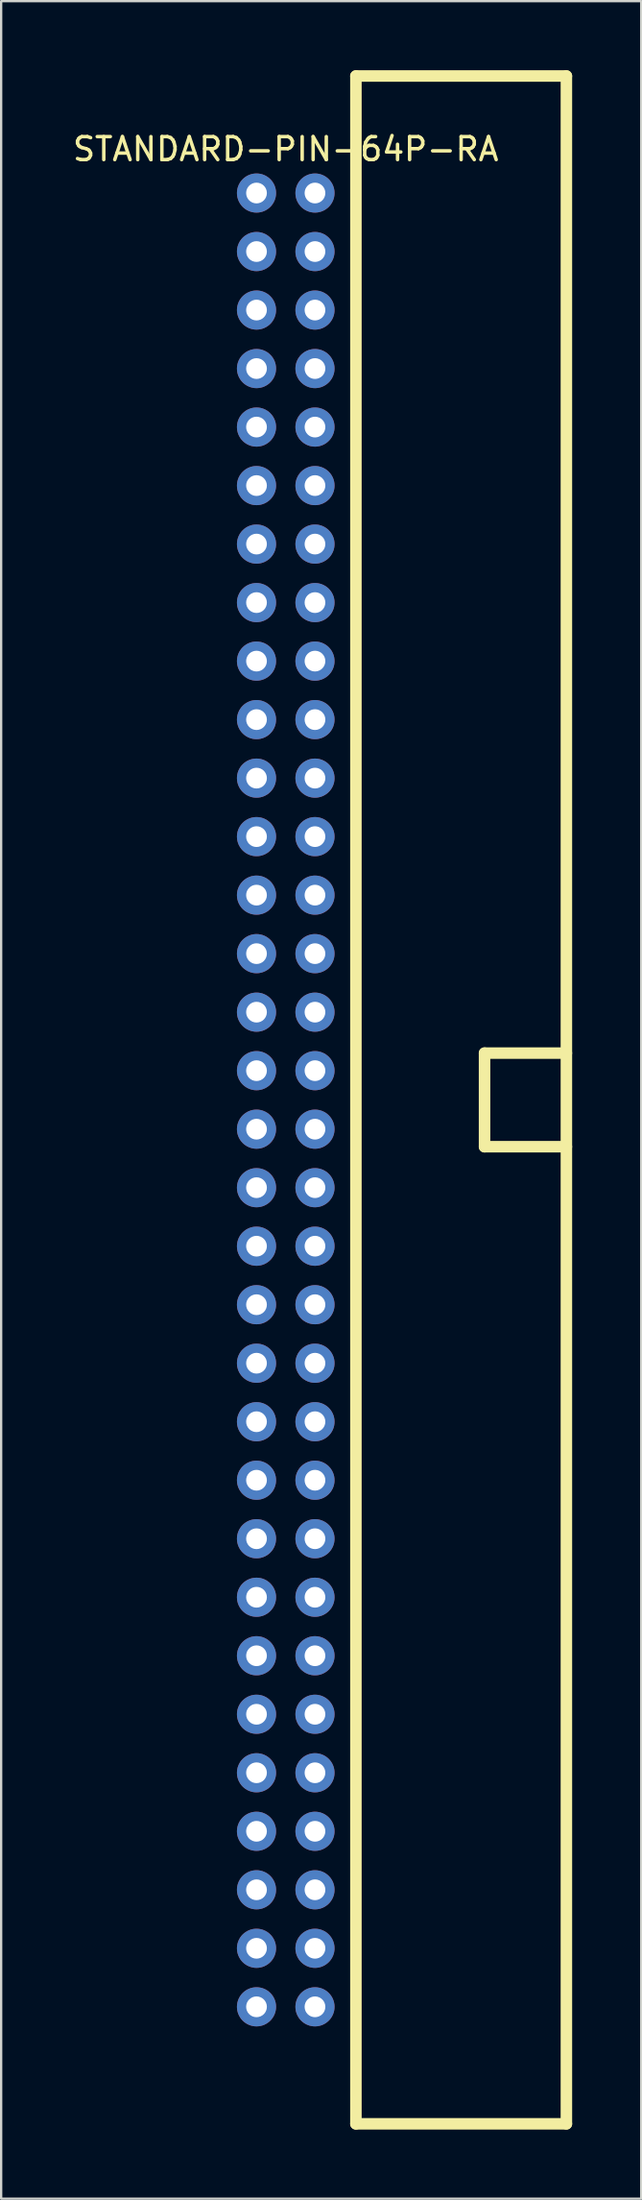
<source format=kicad_pcb>
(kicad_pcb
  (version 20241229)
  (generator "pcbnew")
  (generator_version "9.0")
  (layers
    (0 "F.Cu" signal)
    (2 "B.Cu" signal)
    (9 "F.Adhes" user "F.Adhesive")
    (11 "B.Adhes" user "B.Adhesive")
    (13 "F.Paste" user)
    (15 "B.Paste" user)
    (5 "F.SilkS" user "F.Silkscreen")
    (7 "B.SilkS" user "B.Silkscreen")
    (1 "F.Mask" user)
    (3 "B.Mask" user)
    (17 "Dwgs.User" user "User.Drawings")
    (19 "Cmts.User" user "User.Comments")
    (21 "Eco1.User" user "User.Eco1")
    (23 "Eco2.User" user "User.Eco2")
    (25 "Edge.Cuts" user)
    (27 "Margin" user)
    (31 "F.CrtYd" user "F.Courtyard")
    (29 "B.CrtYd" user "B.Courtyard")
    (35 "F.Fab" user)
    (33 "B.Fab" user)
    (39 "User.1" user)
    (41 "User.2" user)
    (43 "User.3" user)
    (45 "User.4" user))
  (footprint "STANDARD-PIN-64P-RA"
    (layer "F.Cu")
    (at 9.363 44.7)
    (property "Reference" "STANDARD-PIN-64P-RA" (at 0 -41.275 0) (layer "F.SilkS") (effects (font (size 1 1) (thickness 0.15))))
    (attr through_hole)
    (fp_line (start 3.048 -44.45) (end 3.048 44.45) (stroke (width 0.5) (type solid)) (layer "F.SilkS"))
    (fp_line (start 3.048 44.45) (end 12.192 44.45) (stroke (width 0.5) (type solid)) (layer "F.SilkS"))
    (fp_line (start 8.636 -2.032) (end 8.636 2.032) (stroke (width 0.5) (type solid)) (layer "F.SilkS"))
    (fp_line (start 8.636 2.032) (end 12.192 2.032) (stroke (width 0.5) (type solid)) (layer "F.SilkS"))
    (fp_line (start 12.192 -44.45) (end 3.048 -44.45) (stroke (width 0.5) (type solid)) (layer "F.SilkS"))
    (fp_line (start 12.192 -2.032) (end 8.636 -2.032) (stroke (width 0.5) (type solid)) (layer "F.SilkS"))
    (fp_line (start 12.192 44.45) (end 12.192 -44.45) (stroke (width 0.5) (type solid)) (layer "F.SilkS"))
    (pad "1a" thru_hole circle (at 1.27 -39.37) (size 1.7 1.7) (drill 0.9) (layers "*.Cu" "*.Mask"))
    (pad "1b" thru_hole circle (at -1.27 -39.37) (size 1.7 1.7) (drill 0.9) (layers "*.Cu" "*.Mask"))
    (pad "2a" thru_hole circle (at 1.27 -36.83) (size 1.7 1.7) (drill 0.9) (layers "*.Cu" "*.Mask"))
    (pad "2b" thru_hole circle (at -1.27 -36.83) (size 1.7 1.7) (drill 0.9) (layers "*.Cu" "*.Mask"))
    (pad "3a" thru_hole circle (at 1.27 -34.29) (size 1.7 1.7) (drill 0.9) (layers "*.Cu" "*.Mask"))
    (pad "3b" thru_hole circle (at -1.27 -34.29) (size 1.7 1.7) (drill 0.9) (layers "*.Cu" "*.Mask"))
    (pad "4a" thru_hole circle (at 1.27 -31.75) (size 1.7 1.7) (drill 0.9) (layers "*.Cu" "*.Mask"))
    (pad "4b" thru_hole circle (at -1.27 -31.75) (size 1.7 1.7) (drill 0.9) (layers "*.Cu" "*.Mask"))
    (pad "5a" thru_hole circle (at 1.27 -29.21) (size 1.7 1.7) (drill 0.9) (layers "*.Cu" "*.Mask"))
    (pad "5b" thru_hole circle (at -1.27 -29.21) (size 1.7 1.7) (drill 0.9) (layers "*.Cu" "*.Mask"))
    (pad "6a" thru_hole circle (at 1.27 -26.67) (size 1.7 1.7) (drill 0.9) (layers "*.Cu" "*.Mask"))
    (pad "6b" thru_hole circle (at -1.27 -26.67) (size 1.7 1.7) (drill 0.9) (layers "*.Cu" "*.Mask"))
    (pad "7a" thru_hole circle (at 1.27 -24.13) (size 1.7 1.7) (drill 0.9) (layers "*.Cu" "*.Mask"))
    (pad "7b" thru_hole circle (at -1.27 -24.13) (size 1.7 1.7) (drill 0.9) (layers "*.Cu" "*.Mask"))
    (pad "8a" thru_hole circle (at 1.27 -21.59) (size 1.7 1.7) (drill 0.9) (layers "*.Cu" "*.Mask"))
    (pad "8b" thru_hole circle (at -1.27 -21.59) (size 1.7 1.7) (drill 0.9) (layers "*.Cu" "*.Mask"))
    (pad "9a" thru_hole circle (at 1.27 -19.05) (size 1.7 1.7) (drill 0.9) (layers "*.Cu" "*.Mask"))
    (pad "9b" thru_hole circle (at -1.27 -19.05) (size 1.7 1.7) (drill 0.9) (layers "*.Cu" "*.Mask"))
    (pad "10a" thru_hole circle (at 1.27 -16.51) (size 1.7 1.7) (drill 0.9) (layers "*.Cu" "*.Mask"))
    (pad "10b" thru_hole circle (at -1.27 -16.51) (size 1.7 1.7) (drill 0.9) (layers "*.Cu" "*.Mask"))
    (pad "11a" thru_hole circle (at 1.27 -13.97) (size 1.7 1.7) (drill 0.9) (layers "*.Cu" "*.Mask"))
    (pad "11b" thru_hole circle (at -1.27 -13.97) (size 1.7 1.7) (drill 0.9) (layers "*.Cu" "*.Mask"))
    (pad "12a" thru_hole circle (at 1.27 -11.43) (size 1.7 1.7) (drill 0.9) (layers "*.Cu" "*.Mask"))
    (pad "12b" thru_hole circle (at -1.27 -11.43) (size 1.7 1.7) (drill 0.9) (layers "*.Cu" "*.Mask"))
    (pad "13a" thru_hole circle (at 1.27 -8.89) (size 1.7 1.7) (drill 0.9) (layers "*.Cu" "*.Mask"))
    (pad "13b" thru_hole circle (at -1.27 -8.89) (size 1.7 1.7) (drill 0.9) (layers "*.Cu" "*.Mask"))
    (pad "14a" thru_hole circle (at 1.27 -6.35) (size 1.7 1.7) (drill 0.9) (layers "*.Cu" "*.Mask"))
    (pad "14b" thru_hole circle (at -1.27 -6.35) (size 1.7 1.7) (drill 0.9) (layers "*.Cu" "*.Mask"))
    (pad "15a" thru_hole circle (at 1.27 -3.81) (size 1.7 1.7) (drill 0.9) (layers "*.Cu" "*.Mask"))
    (pad "15b" thru_hole circle (at -1.27 -3.81) (size 1.7 1.7) (drill 0.9) (layers "*.Cu" "*.Mask"))
    (pad "16a" thru_hole circle (at 1.27 -1.27) (size 1.7 1.7) (drill 0.9) (layers "*.Cu" "*.Mask"))
    (pad "16b" thru_hole circle (at -1.27 -1.27) (size 1.7 1.7) (drill 0.9) (layers "*.Cu" "*.Mask"))
    (pad "17a" thru_hole circle (at 1.27 1.27) (size 1.7 1.7) (drill 0.9) (layers "*.Cu" "*.Mask"))
    (pad "17b" thru_hole circle (at -1.27 1.27) (size 1.7 1.7) (drill 0.9) (layers "*.Cu" "*.Mask"))
    (pad "18a" thru_hole circle (at 1.27 3.81) (size 1.7 1.7) (drill 0.9) (layers "*.Cu" "*.Mask"))
    (pad "18b" thru_hole circle (at -1.27 3.81) (size 1.7 1.7) (drill 0.9) (layers "*.Cu" "*.Mask"))
    (pad "19a" thru_hole circle (at 1.27 6.35) (size 1.7 1.7) (drill 0.9) (layers "*.Cu" "*.Mask"))
    (pad "19b" thru_hole circle (at -1.27 6.35) (size 1.7 1.7) (drill 0.9) (layers "*.Cu" "*.Mask"))
    (pad "20a" thru_hole circle (at 1.27 8.89) (size 1.7 1.7) (drill 0.9) (layers "*.Cu" "*.Mask"))
    (pad "20b" thru_hole circle (at -1.27 8.89) (size 1.7 1.7) (drill 0.9) (layers "*.Cu" "*.Mask"))
    (pad "21a" thru_hole circle (at 1.27 11.43) (size 1.7 1.7) (drill 0.9) (layers "*.Cu" "*.Mask"))
    (pad "21b" thru_hole circle (at -1.27 11.43) (size 1.7 1.7) (drill 0.9) (layers "*.Cu" "*.Mask"))
    (pad "22a" thru_hole circle (at 1.27 13.97) (size 1.7 1.7) (drill 0.9) (layers "*.Cu" "*.Mask"))
    (pad "22b" thru_hole circle (at -1.27 13.97) (size 1.7 1.7) (drill 0.9) (layers "*.Cu" "*.Mask"))
    (pad "23a" thru_hole circle (at 1.27 16.51) (size 1.7 1.7) (drill 0.9) (layers "*.Cu" "*.Mask"))
    (pad "23b" thru_hole circle (at -1.27 16.51) (size 1.7 1.7) (drill 0.9) (layers "*.Cu" "*.Mask"))
    (pad "24a" thru_hole circle (at 1.27 19.05) (size 1.7 1.7) (drill 0.9) (layers "*.Cu" "*.Mask"))
    (pad "24b" thru_hole circle (at -1.27 19.05) (size 1.7 1.7) (drill 0.9) (layers "*.Cu" "*.Mask"))
    (pad "25a" thru_hole circle (at 1.27 21.59) (size 1.7 1.7) (drill 0.9) (layers "*.Cu" "*.Mask"))
    (pad "25b" thru_hole circle (at -1.27 21.59) (size 1.7 1.7) (drill 0.9) (layers "*.Cu" "*.Mask"))
    (pad "26a" thru_hole circle (at 1.27 24.13) (size 1.7 1.7) (drill 0.9) (layers "*.Cu" "*.Mask"))
    (pad "26b" thru_hole circle (at -1.27 24.13) (size 1.7 1.7) (drill 0.9) (layers "*.Cu" "*.Mask"))
    (pad "27a" thru_hole circle (at 1.27 26.67) (size 1.7 1.7) (drill 0.9) (layers "*.Cu" "*.Mask"))
    (pad "27b" thru_hole circle (at -1.27 26.67) (size 1.7 1.7) (drill 0.9) (layers "*.Cu" "*.Mask"))
    (pad "28a" thru_hole circle (at 1.27 29.21) (size 1.7 1.7) (drill 0.9) (layers "*.Cu" "*.Mask"))
    (pad "28b" thru_hole circle (at -1.27 29.21) (size 1.7 1.7) (drill 0.9) (layers "*.Cu" "*.Mask"))
    (pad "29a" thru_hole circle (at 1.27 31.75) (size 1.7 1.7) (drill 0.9) (layers "*.Cu" "*.Mask"))
    (pad "29b" thru_hole circle (at -1.27 31.75) (size 1.7 1.7) (drill 0.9) (layers "*.Cu" "*.Mask"))
    (pad "30a" thru_hole circle (at 1.27 34.29) (size 1.7 1.7) (drill 0.9) (layers "*.Cu" "*.Mask"))
    (pad "30b" thru_hole circle (at -1.27 34.29) (size 1.7 1.7) (drill 0.9) (layers "*.Cu" "*.Mask"))
    (pad "31a" thru_hole circle (at 1.27 36.83) (size 1.7 1.7) (drill 0.9) (layers "*.Cu" "*.Mask"))
    (pad "31b" thru_hole circle (at -1.27 36.83) (size 1.7 1.7) (drill 0.9) (layers "*.Cu" "*.Mask"))
    (pad "32a" thru_hole circle (at 1.27 39.37) (size 1.7 1.7) (drill 0.9) (layers "*.Cu" "*.Mask"))
    (pad "32b" thru_hole circle (at -1.27 39.37) (size 1.7 1.7) (drill 0.9) (layers "*.Cu" "*.Mask")))
  (gr_rect
    (start -3 -3)
    (end 24.805 92.4)
    (stroke (width 0.1) (type default))
    (fill no)
    (layer "Edge.Cuts")))
</source>
